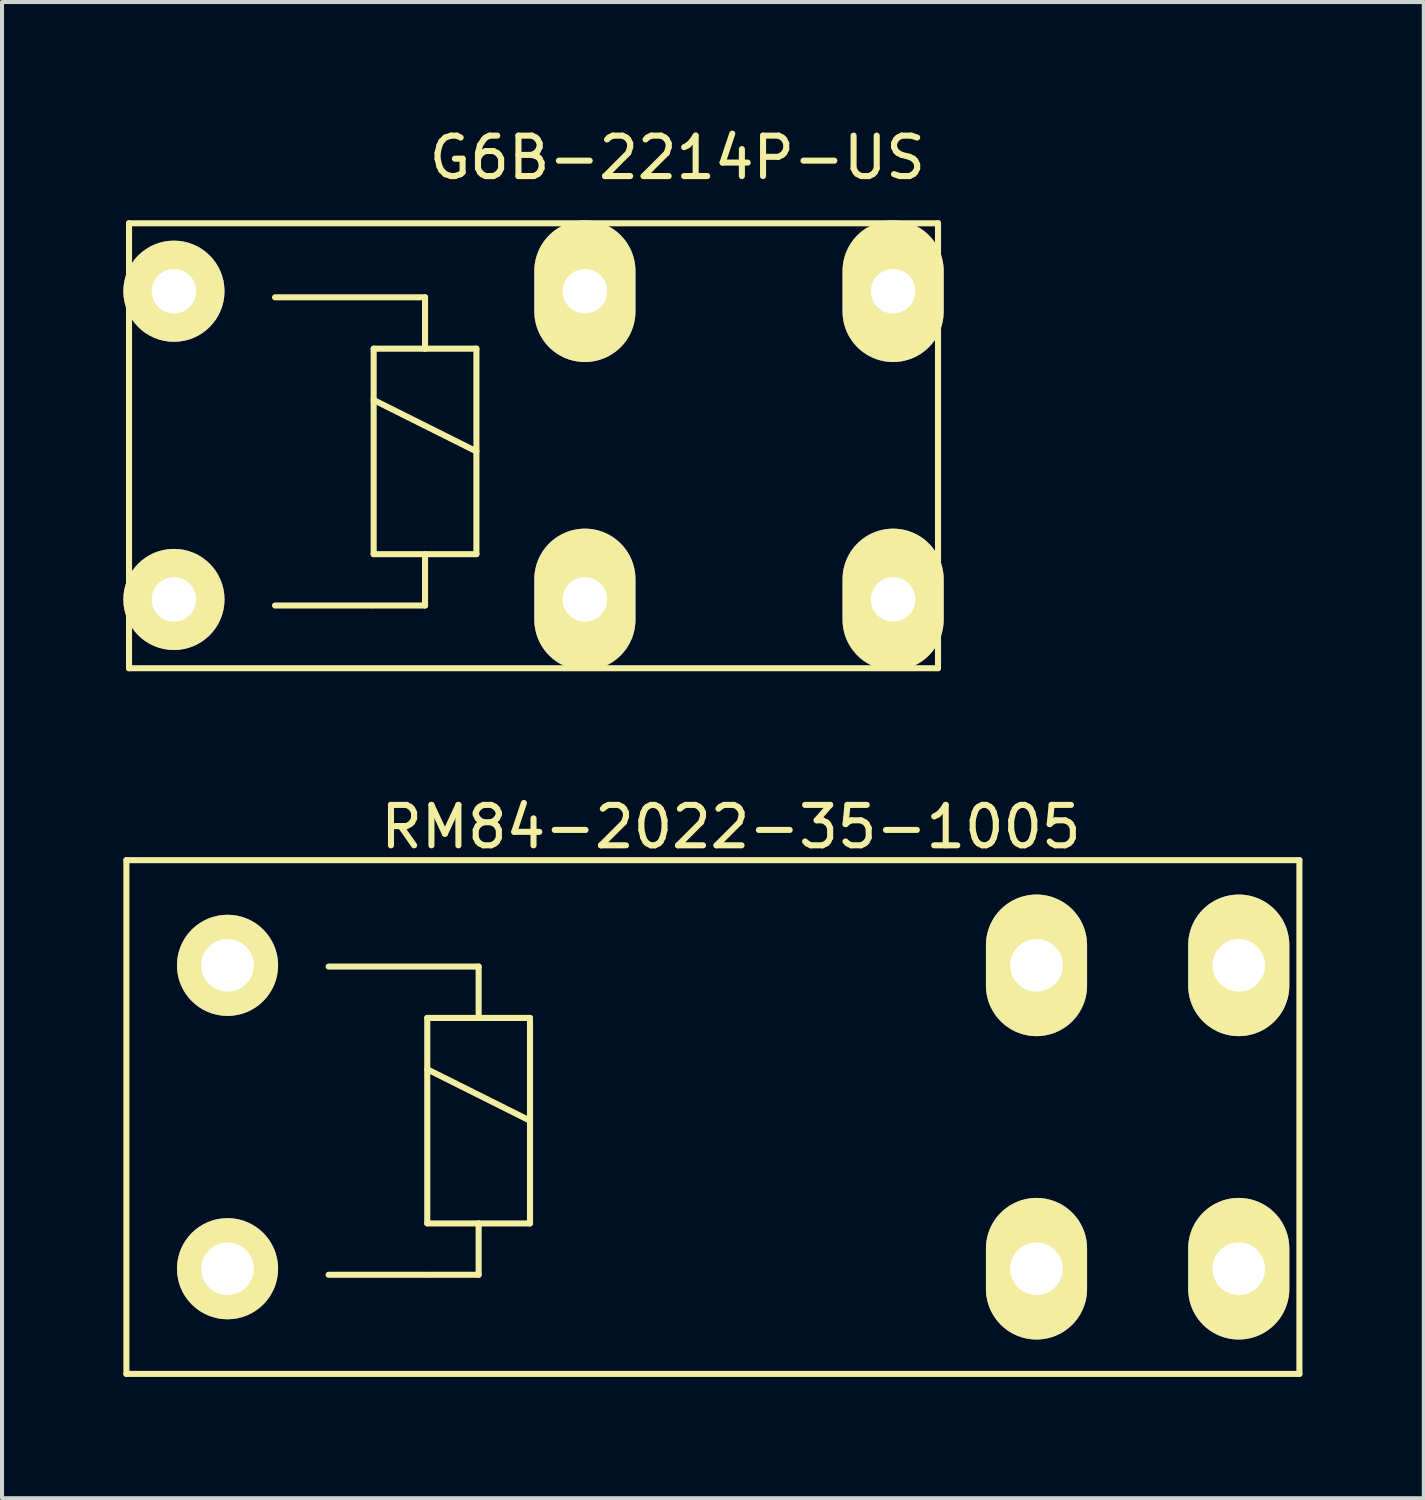
<source format=kicad_pcb>
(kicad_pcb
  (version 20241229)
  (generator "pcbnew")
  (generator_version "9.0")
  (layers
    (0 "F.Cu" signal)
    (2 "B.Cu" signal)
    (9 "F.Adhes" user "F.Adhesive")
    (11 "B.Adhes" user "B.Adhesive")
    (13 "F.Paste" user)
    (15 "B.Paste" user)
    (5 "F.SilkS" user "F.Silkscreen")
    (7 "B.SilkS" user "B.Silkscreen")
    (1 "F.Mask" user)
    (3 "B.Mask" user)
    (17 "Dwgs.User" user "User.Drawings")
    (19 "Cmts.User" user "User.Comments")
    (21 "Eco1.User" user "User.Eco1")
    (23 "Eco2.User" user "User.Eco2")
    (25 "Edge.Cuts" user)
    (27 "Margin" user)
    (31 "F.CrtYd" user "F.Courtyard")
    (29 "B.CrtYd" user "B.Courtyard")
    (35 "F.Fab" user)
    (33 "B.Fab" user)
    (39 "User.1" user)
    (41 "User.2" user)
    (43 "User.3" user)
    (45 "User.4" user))
  (footprint "RM84-2022-35-1005"
    (layer "F.Cu")
    (at 2.575 28.316)
    (property "Reference" "RM84-2022-35-1005" (at 12.446 -10.922 0) (layer "F.SilkS") (effects (font (size 1 1) (thickness 0.15))))
    (attr through_hole)
    (fp_line (start -2.5 -10.1) (end -2.5 2.6) (stroke (width 0.15) (type solid)) (layer "F.SilkS"))
    (fp_line (start -2.5 2.6) (end 26.5 2.6) (stroke (width 0.15) (type solid)) (layer "F.SilkS"))
    (fp_line (start 2.5 -7.47) (end 6.208 -7.47) (stroke (width 0.15) (type solid)) (layer "F.SilkS"))
    (fp_line (start 4.9 0.15) (end 2.5 0.15) (stroke (width 0.15) (type solid)) (layer "F.SilkS"))
    (fp_line (start 4.938 -6.2) (end 6.208 -6.2) (stroke (width 0.15) (type solid)) (layer "F.SilkS"))
    (fp_line (start 4.938 -4.93) (end 7.478 -3.66) (stroke (width 0.15) (type solid)) (layer "F.SilkS"))
    (fp_line (start 4.938 -1.12) (end 4.938 -6.2) (stroke (width 0.15) (type solid)) (layer "F.SilkS"))
    (fp_line (start 6.208 -7.47) (end 6.208 -6.2) (stroke (width 0.15) (type solid)) (layer "F.SilkS"))
    (fp_line (start 6.208 -6.2) (end 7.478 -6.2) (stroke (width 0.15) (type solid)) (layer "F.SilkS"))
    (fp_line (start 6.208 -1.12) (end 6.208 0.15) (stroke (width 0.15) (type solid)) (layer "F.SilkS"))
    (fp_line (start 6.208 0.15) (end 4.938 0.15) (stroke (width 0.15) (type solid)) (layer "F.SilkS"))
    (fp_line (start 7.478 -6.2) (end 7.478 -1.12) (stroke (width 0.15) (type solid)) (layer "F.SilkS"))
    (fp_line (start 7.478 -1.12) (end 4.938 -1.12) (stroke (width 0.15) (type solid)) (layer "F.SilkS"))
    (fp_line (start 26.5 -10.1) (end -2.5 -10.1) (stroke (width 0.15) (type solid)) (layer "F.SilkS"))
    (fp_line (start 26.5 2.6) (end 26.5 -10.1) (stroke (width 0.15) (type solid)) (layer "F.SilkS"))
    (pad "11" thru_hole oval (at 20 -7.5) (size 2.5 3.5) (drill 1.3) (layers "*.Cu" "*.Mask" "F.SilkS"))
    (pad "14" thru_hole oval (at 25 -7.5) (size 2.5 3.5) (drill 1.3) (layers "*.Cu" "*.Mask" "F.SilkS"))
    (pad "21" thru_hole oval (at 20 0) (size 2.5 3.5) (drill 1.3) (layers "*.Cu" "*.Mask" "F.SilkS"))
    (pad "24" thru_hole oval (at 25 0) (size 2.5 3.5) (drill 1.3) (layers "*.Cu" "*.Mask" "F.SilkS"))
    (pad "A1" thru_hole circle (at 0 0) (size 2.5 2.5) (drill 1.3) (layers "*.Cu" "*.Mask" "F.SilkS"))
    (pad "A2" thru_hole circle (at 0 -7.5) (size 2.5 2.5) (drill 1.3) (layers "*.Cu" "*.Mask" "F.SilkS")))
  (footprint "G6B-2214P-US"
    (layer "F.Cu")
    (at 1.25 11.77)
    (property "Reference" "G6B-2214P-US" (at 12.446 -10.922 0) (layer "F.SilkS") (effects (font (size 1 1) (thickness 0.15))))
    (attr through_hole)
    (fp_line (start -1.11 -9.3) (end -1.11 1.7) (stroke (width 0.15) (type solid)) (layer "F.SilkS"))
    (fp_line (start -1.11 1.7) (end 18.89 1.7) (stroke (width 0.15) (type solid)) (layer "F.SilkS"))
    (fp_line (start 2.5 -7.47) (end 6.208 -7.47) (stroke (width 0.15) (type solid)) (layer "F.SilkS"))
    (fp_line (start 4.9 0.15) (end 2.5 0.15) (stroke (width 0.15) (type solid)) (layer "F.SilkS"))
    (fp_line (start 4.938 -6.2) (end 6.208 -6.2) (stroke (width 0.15) (type solid)) (layer "F.SilkS"))
    (fp_line (start 4.938 -4.93) (end 7.478 -3.66) (stroke (width 0.15) (type solid)) (layer "F.SilkS"))
    (fp_line (start 4.938 -1.12) (end 4.938 -6.2) (stroke (width 0.15) (type solid)) (layer "F.SilkS"))
    (fp_line (start 6.208 -7.47) (end 6.208 -6.2) (stroke (width 0.15) (type solid)) (layer "F.SilkS"))
    (fp_line (start 6.208 -6.2) (end 7.478 -6.2) (stroke (width 0.15) (type solid)) (layer "F.SilkS"))
    (fp_line (start 6.208 -1.12) (end 6.208 0.15) (stroke (width 0.15) (type solid)) (layer "F.SilkS"))
    (fp_line (start 6.208 0.15) (end 4.938 0.15) (stroke (width 0.15) (type solid)) (layer "F.SilkS"))
    (fp_line (start 7.478 -6.2) (end 7.478 -1.12) (stroke (width 0.15) (type solid)) (layer "F.SilkS"))
    (fp_line (start 7.478 -1.12) (end 4.938 -1.12) (stroke (width 0.15) (type solid)) (layer "F.SilkS"))
    (fp_line (start 18.89 -9.3) (end -1.11 -9.3) (stroke (width 0.15) (type solid)) (layer "F.SilkS"))
    (fp_line (start 18.89 1.7) (end 18.89 -9.3) (stroke (width 0.15) (type solid)) (layer "F.SilkS"))
    (pad "11" thru_hole oval (at 10.16 -7.62) (size 2.5 3.5) (drill 1.1) (layers "*.Cu" "*.Mask" "F.SilkS"))
    (pad "14" thru_hole oval (at 17.78 -7.62) (size 2.5 3.5) (drill 1.1) (layers "*.Cu" "*.Mask" "F.SilkS"))
    (pad "21" thru_hole oval (at 10.16 0) (size 2.5 3.5) (drill 1.1) (layers "*.Cu" "*.Mask" "F.SilkS"))
    (pad "24" thru_hole oval (at 17.78 0) (size 2.5 3.5) (drill 1.1) (layers "*.Cu" "*.Mask" "F.SilkS"))
    (pad "A1" thru_hole circle (at 0 0) (size 2.5 2.5) (drill 1.1) (layers "*.Cu" "*.Mask" "F.SilkS"))
    (pad "A2" thru_hole circle (at 0 -7.62) (size 2.5 2.5) (drill 1.1) (layers "*.Cu" "*.Mask" "F.SilkS")))
  (gr_rect
    (start -3 -3)
    (end 32.15 33.99)
    (stroke (width 0.1) (type default))
    (fill no)
    (layer "Edge.Cuts")))
</source>
